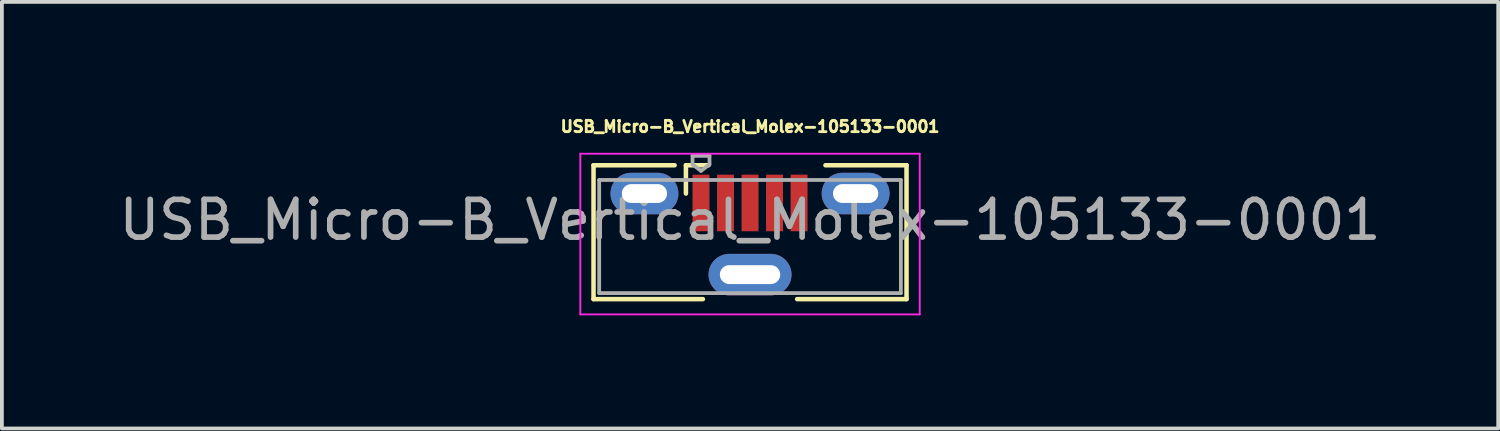
<source format=kicad_pcb>
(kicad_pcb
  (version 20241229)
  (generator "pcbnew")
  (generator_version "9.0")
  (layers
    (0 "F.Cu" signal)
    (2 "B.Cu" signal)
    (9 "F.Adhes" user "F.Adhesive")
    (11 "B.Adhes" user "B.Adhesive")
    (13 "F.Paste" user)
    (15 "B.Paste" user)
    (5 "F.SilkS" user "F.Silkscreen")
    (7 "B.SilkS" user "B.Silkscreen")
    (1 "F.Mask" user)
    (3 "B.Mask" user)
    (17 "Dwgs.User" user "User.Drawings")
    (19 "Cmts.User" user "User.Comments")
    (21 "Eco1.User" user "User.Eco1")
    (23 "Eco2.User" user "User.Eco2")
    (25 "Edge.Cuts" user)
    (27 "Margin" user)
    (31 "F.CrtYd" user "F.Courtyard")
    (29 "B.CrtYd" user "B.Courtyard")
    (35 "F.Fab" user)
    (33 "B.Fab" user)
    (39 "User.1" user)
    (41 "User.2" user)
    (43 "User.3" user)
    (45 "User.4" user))
  (footprint "USB_Micro-B_Vertical_Molex-105133-0001"
    (layer "F.Cu")
    (at 16.839 3.157)
    (property "Reference" "USB_Micro-B_Vertical_Molex-105133-0001" (at 0 -2.85 0) (layer "F.SilkS") (effects (font (size 0.3 0.3) (thickness 0.075))))
    (attr smd)
    (fp_line (start -4.15 -1.825) (end -4.15 1.725) (stroke (width 0.12) (type solid)) (layer "F.SilkS"))
    (fp_line (start -4.15 1.725) (end -1.25 1.725) (stroke (width 0.12) (type solid)) (layer "F.SilkS"))
    (fp_line (start -2 -1.825) (end -4.15 -1.825) (stroke (width 0.12) (type solid)) (layer "F.SilkS"))
    (fp_line (start -1.7 -1.825) (end -1.1 -1.825) (stroke (width 0.12) (type solid)) (layer "F.SilkS"))
    (fp_line (start -1.7 -1.075) (end -1.7 -1.825) (stroke (width 0.12) (type solid)) (layer "F.SilkS"))
    (fp_line (start 2 -1.825) (end 4.15 -1.825) (stroke (width 0.12) (type solid)) (layer "F.SilkS"))
    (fp_line (start 4.15 -1.825) (end 4.15 1.725) (stroke (width 0.12) (type solid)) (layer "F.SilkS"))
    (fp_line (start 4.15 1.725) (end 1.25 1.725) (stroke (width 0.12) (type solid)) (layer "F.SilkS"))
    (fp_line (start -4.5 -2.13) (end 4.5 -2.13) (stroke (width 0.05) (type solid)) (layer "F.CrtYd"))
    (fp_line (start -4.5 2.13) (end -4.5 -2.13) (stroke (width 0.05) (type solid)) (layer "F.CrtYd"))
    (fp_line (start -4.5 2.13) (end 4.5 2.13) (stroke (width 0.05) (type solid)) (layer "F.CrtYd"))
    (fp_line (start 4.5 2.13) (end 4.5 -2.13) (stroke (width 0.05) (type solid)) (layer "F.CrtYd"))
    (fp_line (start -4 1.565) (end -4 -1.435) (stroke (width 0.1) (type solid)) (layer "F.Fab"))
    (fp_line (start -4 1.565) (end 4 1.565) (stroke (width 0.1) (type solid)) (layer "F.Fab"))
    (fp_line (start -1.525 -2.075) (end -1.075 -2.075) (stroke (width 0.1) (type solid)) (layer "F.Fab"))
    (fp_line (start -1.525 -1.85) (end -1.525 -2.075) (stroke (width 0.1) (type solid)) (layer "F.Fab"))
    (fp_line (start -1.3 -1.675) (end -1.525 -1.85) (stroke (width 0.1) (type solid)) (layer "F.Fab"))
    (fp_line (start -1.3 -1.675) (end -1.075 -1.85) (stroke (width 0.1) (type solid)) (layer "F.Fab"))
    (fp_line (start -1.075 -2.075) (end -1.075 -1.85) (stroke (width 0.1) (type solid)) (layer "F.Fab"))
    (fp_line (start 4 -1.435) (end -4 -1.435) (stroke (width 0.1) (type solid)) (layer "F.Fab"))
    (fp_line (start 4 1.565) (end 4 -1.435) (stroke (width 0.1) (type solid)) (layer "F.Fab"))
    (fp_text user "${REFERENCE}" (at 0 -0.375 0) (layer "F.Fab") (effects (font (size 1 1) (thickness 0.15))))
    (pad "1" smd rect (at -1.3 -0.825) (size 0.45 1.5) (layers "F.Cu" "F.Mask" "F.Paste"))
    (pad "2" smd rect (at -0.65 -0.825) (size 0.45 1.5) (layers "F.Cu" "F.Mask" "F.Paste"))
    (pad "3" smd rect (at 0 -0.825) (size 0.45 1.5) (layers "F.Cu" "F.Mask" "F.Paste"))
    (pad "4" smd rect (at 0.65 -0.825) (size 0.45 1.5) (layers "F.Cu" "F.Mask" "F.Paste"))
    (pad "5" smd rect (at 1.3 -0.825) (size 0.45 1.5) (layers "F.Cu" "F.Mask" "F.Paste"))
    (pad "6" thru_hole oval (at -2.8 -1.075) (size 1.8 1.1) (drill oval 1.2 0.5) (layers "*.Cu" "*.Mask"))
    (pad "6" thru_hole oval (at 0 1.075) (size 2.2 1.1) (drill oval 1.6 0.5) (layers "*.Cu" "*.Mask"))
    (pad "6" thru_hole oval (at 2.8 -1.075) (size 1.8 1.1) (drill oval 1.2 0.5) (layers "*.Cu" "*.Mask")))
  (gr_rect
    (start -3 -3)
    (end 36.679 8.312)
    (stroke (width 0.1) (type default))
    (fill no)
    (layer "Edge.Cuts")))
</source>
